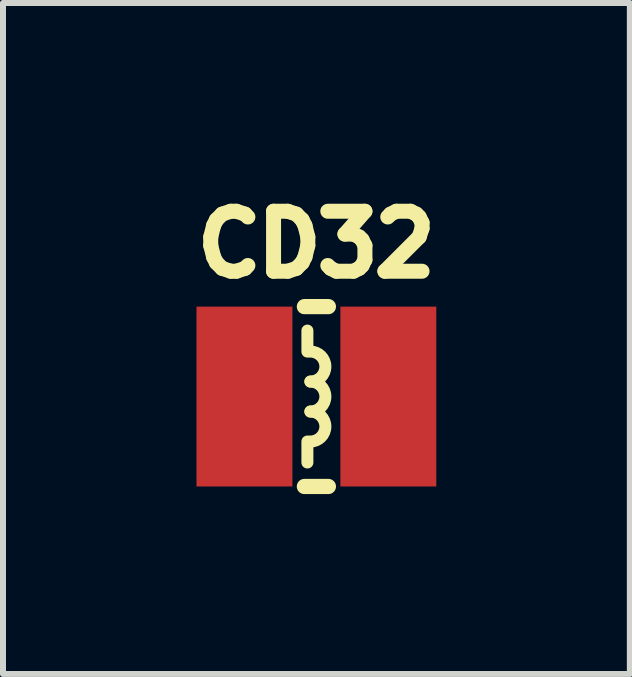
<source format=kicad_pcb>
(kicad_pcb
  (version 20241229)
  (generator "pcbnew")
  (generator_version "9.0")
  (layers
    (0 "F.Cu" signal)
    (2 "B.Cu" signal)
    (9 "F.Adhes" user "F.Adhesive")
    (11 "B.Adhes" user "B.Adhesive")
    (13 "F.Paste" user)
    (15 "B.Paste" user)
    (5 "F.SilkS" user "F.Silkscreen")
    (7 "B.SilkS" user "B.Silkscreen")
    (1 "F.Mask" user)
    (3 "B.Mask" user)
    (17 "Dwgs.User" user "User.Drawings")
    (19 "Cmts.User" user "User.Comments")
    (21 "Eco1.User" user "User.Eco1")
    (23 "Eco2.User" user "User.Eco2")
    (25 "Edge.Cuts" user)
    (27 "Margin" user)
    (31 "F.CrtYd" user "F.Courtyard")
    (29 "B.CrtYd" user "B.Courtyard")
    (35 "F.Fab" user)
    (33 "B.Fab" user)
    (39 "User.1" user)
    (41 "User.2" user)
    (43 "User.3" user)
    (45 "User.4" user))
  (footprint "CD32"
    (layer "F.Cu")
    (at 2.227 3.564)
    (property "Reference" "CD32" (at 0 -2.54 0) (layer "F.SilkS") (effects (font (size 1 1) (thickness 0.25))))
    (attr smd)
    (fp_line (start -0.2 -1.5) (end 0.2 -1.5) (stroke (width 0.254) (type solid)) (layer "F.SilkS"))
    (fp_line (start -0.2 1.5) (end 0.2 1.5) (stroke (width 0.254) (type solid)) (layer "F.SilkS"))
    (fp_line (start -0.15 -0.75) (end -0.15 -1.1) (stroke (width 0.2) (type solid)) (layer "F.SilkS"))
    (fp_line (start -0.15 0.75) (end -0.15 1.1) (stroke (width 0.2) (type solid)) (layer "F.SilkS"))
    (fp_arc (start -0.1 -0.75) (mid 0.15 -0.5) (end -0.1 -0.25) (stroke (width 0.2) (type solid)) (layer "F.SilkS"))
    (fp_arc (start -0.1 -0.25) (mid 0.15 0) (end -0.1 0.25) (stroke (width 0.2) (type solid)) (layer "F.SilkS"))
    (fp_arc (start -0.1 0.25) (mid 0.15 0.5) (end -0.1 0.75) (stroke (width 0.2) (type solid)) (layer "F.SilkS"))
    (pad "1" smd rect (at -1.2 0 180) (size 1.6 3) (layers "F.Cu" "F.Mask" "F.Paste"))
    (pad "2" smd rect (at 1.2 0 180) (size 1.6 3) (layers "F.Cu" "F.Mask" "F.Paste")))
  (gr_rect
    (start -3 -3)
    (end 7.455 8.191)
    (stroke (width 0.1) (type default))
    (fill no)
    (layer "Edge.Cuts")))
</source>
